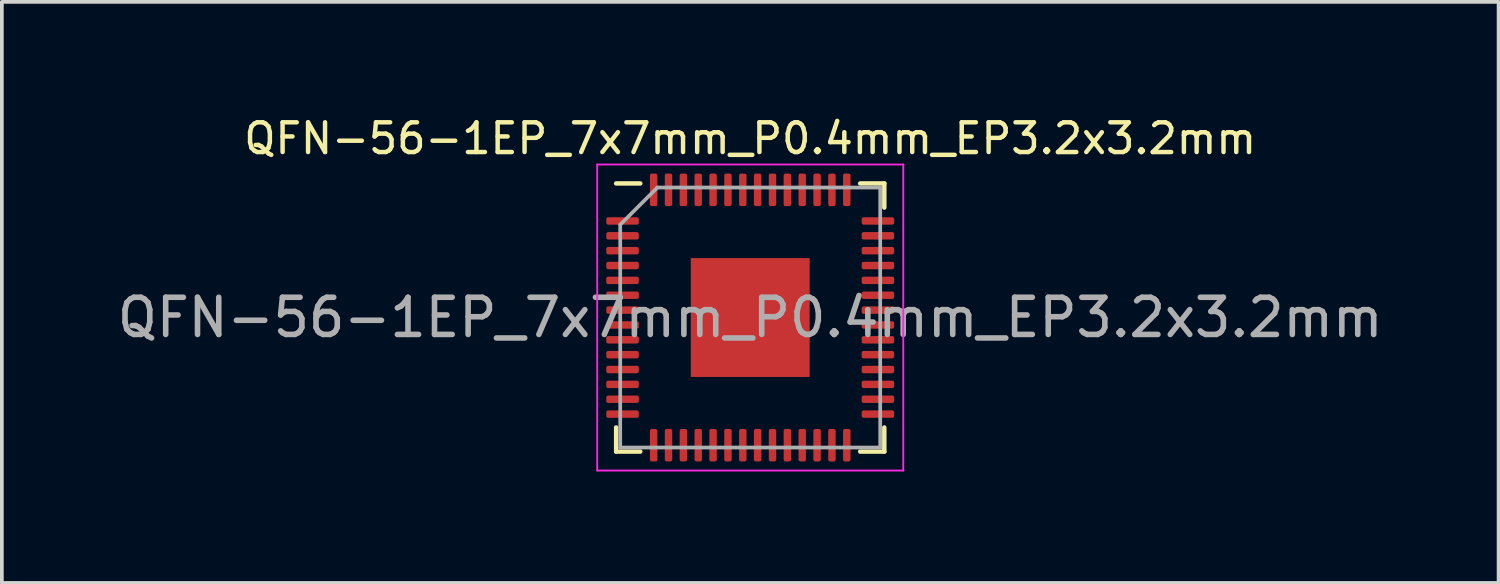
<source format=kicad_pcb>
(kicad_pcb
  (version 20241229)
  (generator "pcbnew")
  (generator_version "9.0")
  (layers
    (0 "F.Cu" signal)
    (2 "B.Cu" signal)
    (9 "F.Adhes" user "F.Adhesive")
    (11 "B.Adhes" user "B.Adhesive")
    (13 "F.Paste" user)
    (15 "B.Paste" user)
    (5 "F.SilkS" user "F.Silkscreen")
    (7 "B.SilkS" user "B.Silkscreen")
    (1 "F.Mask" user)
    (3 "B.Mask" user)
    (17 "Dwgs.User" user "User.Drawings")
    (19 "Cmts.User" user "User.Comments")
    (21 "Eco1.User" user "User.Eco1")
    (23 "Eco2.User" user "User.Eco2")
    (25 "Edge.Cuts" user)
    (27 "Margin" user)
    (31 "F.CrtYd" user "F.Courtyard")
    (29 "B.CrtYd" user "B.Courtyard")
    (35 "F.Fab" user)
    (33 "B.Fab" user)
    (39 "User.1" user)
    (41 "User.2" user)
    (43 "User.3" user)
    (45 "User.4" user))
  (footprint "QFN-56-1EP_7x7mm_P0.4mm_EP3.2x3.2mm"
    (layer "F.Cu")
    (at 17.149 5.499)
    (property "Reference" "QFN-56-1EP_7x7mm_P0.4mm_EP3.2x3.2mm" (at 0 -4.82 0) (layer "F.SilkS") (effects (font (size 0.8 0.8) (thickness 0.12))))
    (attr smd)
    (fp_line (start -3.61 3.61) (end -3.61 2.96) (stroke (width 0.12) (type solid)) (layer "F.SilkS"))
    (fp_line (start -2.96 -3.61) (end -3.61 -3.61) (stroke (width 0.12) (type solid)) (layer "F.SilkS"))
    (fp_line (start -2.96 3.61) (end -3.61 3.61) (stroke (width 0.12) (type solid)) (layer "F.SilkS"))
    (fp_line (start 2.96 -3.61) (end 3.61 -3.61) (stroke (width 0.12) (type solid)) (layer "F.SilkS"))
    (fp_line (start 2.96 3.61) (end 3.61 3.61) (stroke (width 0.12) (type solid)) (layer "F.SilkS"))
    (fp_line (start 3.61 -3.61) (end 3.61 -2.96) (stroke (width 0.12) (type solid)) (layer "F.SilkS"))
    (fp_line (start 3.61 3.61) (end 3.61 2.96) (stroke (width 0.12) (type solid)) (layer "F.SilkS"))
    (fp_line (start -4.12 -4.12) (end -4.12 4.12) (stroke (width 0.05) (type solid)) (layer "F.CrtYd"))
    (fp_line (start -4.12 4.12) (end 4.12 4.12) (stroke (width 0.05) (type solid)) (layer "F.CrtYd"))
    (fp_line (start 4.12 -4.12) (end -4.12 -4.12) (stroke (width 0.05) (type solid)) (layer "F.CrtYd"))
    (fp_line (start 4.12 4.12) (end 4.12 -4.12) (stroke (width 0.05) (type solid)) (layer "F.CrtYd"))
    (fp_line (start -3.5 -2.5) (end -2.5 -3.5) (stroke (width 0.1) (type solid)) (layer "F.Fab"))
    (fp_line (start -3.5 3.5) (end -3.5 -2.5) (stroke (width 0.1) (type solid)) (layer "F.Fab"))
    (fp_line (start -2.5 -3.5) (end 3.5 -3.5) (stroke (width 0.1) (type solid)) (layer "F.Fab"))
    (fp_line (start 3.5 -3.5) (end 3.5 3.5) (stroke (width 0.1) (type solid)) (layer "F.Fab"))
    (fp_line (start 3.5 3.5) (end -3.5 3.5) (stroke (width 0.1) (type solid)) (layer "F.Fab"))
    (fp_text user "${REFERENCE}" (at 0 0 0) (layer "F.Fab") (effects (font (size 1 1) (thickness 0.15))))
    (pad "" smd roundrect (at -0.8 -0.8) (size 1.29 1.29) (layers "F.Paste") (roundrect_rratio 0.194))
    (pad "" smd roundrect (at -0.8 0.8) (size 1.29 1.29) (layers "F.Paste") (roundrect_rratio 0.194))
    (pad "" smd roundrect (at 0.8 -0.8) (size 1.29 1.29) (layers "F.Paste") (roundrect_rratio 0.194))
    (pad "" smd roundrect (at 0.8 0.8) (size 1.29 1.29) (layers "F.Paste") (roundrect_rratio 0.194))
    (pad "1" smd roundrect (at -3.438 -2.6) (size 0.875 0.2) (layers "F.Cu" "F.Mask" "F.Paste") (roundrect_rratio 0.25))
    (pad "2" smd roundrect (at -3.438 -2.2) (size 0.875 0.2) (layers "F.Cu" "F.Mask" "F.Paste") (roundrect_rratio 0.25))
    (pad "3" smd roundrect (at -3.438 -1.8) (size 0.875 0.2) (layers "F.Cu" "F.Mask" "F.Paste") (roundrect_rratio 0.25))
    (pad "4" smd roundrect (at -3.438 -1.4) (size 0.875 0.2) (layers "F.Cu" "F.Mask" "F.Paste") (roundrect_rratio 0.25))
    (pad "5" smd roundrect (at -3.438 -1) (size 0.875 0.2) (layers "F.Cu" "F.Mask" "F.Paste") (roundrect_rratio 0.25))
    (pad "6" smd roundrect (at -3.438 -0.6) (size 0.875 0.2) (layers "F.Cu" "F.Mask" "F.Paste") (roundrect_rratio 0.25))
    (pad "7" smd roundrect (at -3.438 -0.2) (size 0.875 0.2) (layers "F.Cu" "F.Mask" "F.Paste") (roundrect_rratio 0.25))
    (pad "8" smd roundrect (at -3.438 0.2) (size 0.875 0.2) (layers "F.Cu" "F.Mask" "F.Paste") (roundrect_rratio 0.25))
    (pad "9" smd roundrect (at -3.438 0.6) (size 0.875 0.2) (layers "F.Cu" "F.Mask" "F.Paste") (roundrect_rratio 0.25))
    (pad "10" smd roundrect (at -3.438 1) (size 0.875 0.2) (layers "F.Cu" "F.Mask" "F.Paste") (roundrect_rratio 0.25))
    (pad "11" smd roundrect (at -3.438 1.4) (size 0.875 0.2) (layers "F.Cu" "F.Mask" "F.Paste") (roundrect_rratio 0.25))
    (pad "12" smd roundrect (at -3.438 1.8) (size 0.875 0.2) (layers "F.Cu" "F.Mask" "F.Paste") (roundrect_rratio 0.25))
    (pad "13" smd roundrect (at -3.438 2.2) (size 0.875 0.2) (layers "F.Cu" "F.Mask" "F.Paste") (roundrect_rratio 0.25))
    (pad "14" smd roundrect (at -3.438 2.6) (size 0.875 0.2) (layers "F.Cu" "F.Mask" "F.Paste") (roundrect_rratio 0.25))
    (pad "15" smd roundrect (at -2.6 3.438) (size 0.2 0.875) (layers "F.Cu" "F.Mask" "F.Paste") (roundrect_rratio 0.25))
    (pad "16" smd roundrect (at -2.2 3.438) (size 0.2 0.875) (layers "F.Cu" "F.Mask" "F.Paste") (roundrect_rratio 0.25))
    (pad "17" smd roundrect (at -1.8 3.438) (size 0.2 0.875) (layers "F.Cu" "F.Mask" "F.Paste") (roundrect_rratio 0.25))
    (pad "18" smd roundrect (at -1.4 3.438) (size 0.2 0.875) (layers "F.Cu" "F.Mask" "F.Paste") (roundrect_rratio 0.25))
    (pad "19" smd roundrect (at -1 3.438) (size 0.2 0.875) (layers "F.Cu" "F.Mask" "F.Paste") (roundrect_rratio 0.25))
    (pad "20" smd roundrect (at -0.6 3.438) (size 0.2 0.875) (layers "F.Cu" "F.Mask" "F.Paste") (roundrect_rratio 0.25))
    (pad "21" smd roundrect (at -0.2 3.438) (size 0.2 0.875) (layers "F.Cu" "F.Mask" "F.Paste") (roundrect_rratio 0.25))
    (pad "22" smd roundrect (at 0.2 3.438) (size 0.2 0.875) (layers "F.Cu" "F.Mask" "F.Paste") (roundrect_rratio 0.25))
    (pad "23" smd roundrect (at 0.6 3.438) (size 0.2 0.875) (layers "F.Cu" "F.Mask" "F.Paste") (roundrect_rratio 0.25))
    (pad "24" smd roundrect (at 1 3.438) (size 0.2 0.875) (layers "F.Cu" "F.Mask" "F.Paste") (roundrect_rratio 0.25))
    (pad "25" smd roundrect (at 1.4 3.438) (size 0.2 0.875) (layers "F.Cu" "F.Mask" "F.Paste") (roundrect_rratio 0.25))
    (pad "26" smd roundrect (at 1.8 3.438) (size 0.2 0.875) (layers "F.Cu" "F.Mask" "F.Paste") (roundrect_rratio 0.25))
    (pad "27" smd roundrect (at 2.2 3.438) (size 0.2 0.875) (layers "F.Cu" "F.Mask" "F.Paste") (roundrect_rratio 0.25))
    (pad "28" smd roundrect (at 2.6 3.438) (size 0.2 0.875) (layers "F.Cu" "F.Mask" "F.Paste") (roundrect_rratio 0.25))
    (pad "29" smd roundrect (at 3.438 2.6) (size 0.875 0.2) (layers "F.Cu" "F.Mask" "F.Paste") (roundrect_rratio 0.25))
    (pad "30" smd roundrect (at 3.438 2.2) (size 0.875 0.2) (layers "F.Cu" "F.Mask" "F.Paste") (roundrect_rratio 0.25))
    (pad "31" smd roundrect (at 3.438 1.8) (size 0.875 0.2) (layers "F.Cu" "F.Mask" "F.Paste") (roundrect_rratio 0.25))
    (pad "32" smd roundrect (at 3.438 1.4) (size 0.875 0.2) (layers "F.Cu" "F.Mask" "F.Paste") (roundrect_rratio 0.25))
    (pad "33" smd roundrect (at 3.438 1) (size 0.875 0.2) (layers "F.Cu" "F.Mask" "F.Paste") (roundrect_rratio 0.25))
    (pad "34" smd roundrect (at 3.438 0.6) (size 0.875 0.2) (layers "F.Cu" "F.Mask" "F.Paste") (roundrect_rratio 0.25))
    (pad "35" smd roundrect (at 3.438 0.2) (size 0.875 0.2) (layers "F.Cu" "F.Mask" "F.Paste") (roundrect_rratio 0.25))
    (pad "36" smd roundrect (at 3.438 -0.2) (size 0.875 0.2) (layers "F.Cu" "F.Mask" "F.Paste") (roundrect_rratio 0.25))
    (pad "37" smd roundrect (at 3.438 -0.6) (size 0.875 0.2) (layers "F.Cu" "F.Mask" "F.Paste") (roundrect_rratio 0.25))
    (pad "38" smd roundrect (at 3.438 -1) (size 0.875 0.2) (layers "F.Cu" "F.Mask" "F.Paste") (roundrect_rratio 0.25))
    (pad "39" smd roundrect (at 3.438 -1.4) (size 0.875 0.2) (layers "F.Cu" "F.Mask" "F.Paste") (roundrect_rratio 0.25))
    (pad "40" smd roundrect (at 3.438 -1.8) (size 0.875 0.2) (layers "F.Cu" "F.Mask" "F.Paste") (roundrect_rratio 0.25))
    (pad "41" smd roundrect (at 3.438 -2.2) (size 0.875 0.2) (layers "F.Cu" "F.Mask" "F.Paste") (roundrect_rratio 0.25))
    (pad "42" smd roundrect (at 3.438 -2.6) (size 0.875 0.2) (layers "F.Cu" "F.Mask" "F.Paste") (roundrect_rratio 0.25))
    (pad "43" smd roundrect (at 2.6 -3.438) (size 0.2 0.875) (layers "F.Cu" "F.Mask" "F.Paste") (roundrect_rratio 0.25))
    (pad "44" smd roundrect (at 2.2 -3.438) (size 0.2 0.875) (layers "F.Cu" "F.Mask" "F.Paste") (roundrect_rratio 0.25))
    (pad "45" smd roundrect (at 1.8 -3.438) (size 0.2 0.875) (layers "F.Cu" "F.Mask" "F.Paste") (roundrect_rratio 0.25))
    (pad "46" smd roundrect (at 1.4 -3.438) (size 0.2 0.875) (layers "F.Cu" "F.Mask" "F.Paste") (roundrect_rratio 0.25))
    (pad "47" smd roundrect (at 1 -3.438) (size 0.2 0.875) (layers "F.Cu" "F.Mask" "F.Paste") (roundrect_rratio 0.25))
    (pad "48" smd roundrect (at 0.6 -3.438) (size 0.2 0.875) (layers "F.Cu" "F.Mask" "F.Paste") (roundrect_rratio 0.25))
    (pad "49" smd roundrect (at 0.2 -3.438) (size 0.2 0.875) (layers "F.Cu" "F.Mask" "F.Paste") (roundrect_rratio 0.25))
    (pad "50" smd roundrect (at -0.2 -3.438) (size 0.2 0.875) (layers "F.Cu" "F.Mask" "F.Paste") (roundrect_rratio 0.25))
    (pad "51" smd roundrect (at -0.6 -3.438) (size 0.2 0.875) (layers "F.Cu" "F.Mask" "F.Paste") (roundrect_rratio 0.25))
    (pad "52" smd roundrect (at -1 -3.438) (size 0.2 0.875) (layers "F.Cu" "F.Mask" "F.Paste") (roundrect_rratio 0.25))
    (pad "53" smd roundrect (at -1.4 -3.438) (size 0.2 0.875) (layers "F.Cu" "F.Mask" "F.Paste") (roundrect_rratio 0.25))
    (pad "54" smd roundrect (at -1.8 -3.438) (size 0.2 0.875) (layers "F.Cu" "F.Mask" "F.Paste") (roundrect_rratio 0.25))
    (pad "55" smd roundrect (at -2.2 -3.438) (size 0.2 0.875) (layers "F.Cu" "F.Mask" "F.Paste") (roundrect_rratio 0.25))
    (pad "56" smd roundrect (at -2.6 -3.438) (size 0.2 0.875) (layers "F.Cu" "F.Mask" "F.Paste") (roundrect_rratio 0.25))
    (pad "57" smd rect (at 0 0) (size 3.2 3.2) (layers "F.Cu" "F.Mask")))
  (gr_rect
    (start -3 -3)
    (end 37.298 12.644)
    (stroke (width 0.1) (type default))
    (fill no)
    (layer "Edge.Cuts")))
</source>
